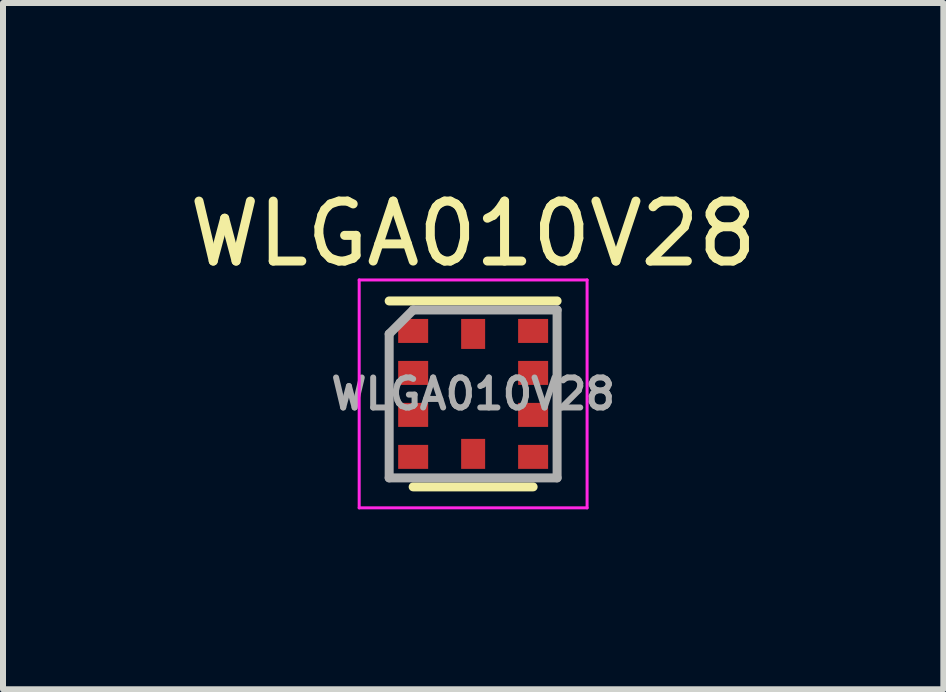
<source format=kicad_pcb>
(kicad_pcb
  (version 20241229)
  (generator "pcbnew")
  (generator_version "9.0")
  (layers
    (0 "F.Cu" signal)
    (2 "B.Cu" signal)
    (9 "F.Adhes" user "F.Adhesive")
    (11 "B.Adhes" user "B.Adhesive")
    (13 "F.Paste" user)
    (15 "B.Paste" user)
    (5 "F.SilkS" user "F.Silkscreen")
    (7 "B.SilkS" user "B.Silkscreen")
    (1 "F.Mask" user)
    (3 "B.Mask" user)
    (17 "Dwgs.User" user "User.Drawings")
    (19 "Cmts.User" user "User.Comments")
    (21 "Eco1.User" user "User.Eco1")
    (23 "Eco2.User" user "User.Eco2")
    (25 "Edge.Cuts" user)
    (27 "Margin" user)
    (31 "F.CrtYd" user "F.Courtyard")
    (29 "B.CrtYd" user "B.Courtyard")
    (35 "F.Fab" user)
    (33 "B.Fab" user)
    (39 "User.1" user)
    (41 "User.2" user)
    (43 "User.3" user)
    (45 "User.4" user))
  (footprint "WLGA010V28"
    (layer "F.Cu")
    (at 4.839 3.518)
    (property "Reference" "WLGA010V28" (at 0 -2.67 0) (layer "F.SilkS") (effects (font (size 1 1) (thickness 0.15))))
    (attr smd)
    (fp_line (start 1 1.55) (end -1 1.55) (stroke (width 0.15) (type solid)) (layer "F.SilkS"))
    (fp_line (start 1.4 -1.55) (end -1.4 -1.55) (stroke (width 0.15) (type solid)) (layer "F.SilkS"))
    (fp_line (start -1.9 -1.9) (end 1.9 -1.9) (stroke (width 0.05) (type solid)) (layer "F.CrtYd"))
    (fp_line (start -1.9 1.9) (end -1.9 -1.9) (stroke (width 0.05) (type solid)) (layer "F.CrtYd"))
    (fp_line (start -1.9 1.9) (end 1.9 1.9) (stroke (width 0.05) (type solid)) (layer "F.CrtYd"))
    (fp_line (start 1.9 1.9) (end 1.9 -1.9) (stroke (width 0.05) (type solid)) (layer "F.CrtYd"))
    (fp_line (start -1.4 -1) (end -1 -1.4) (stroke (width 0.15) (type solid)) (layer "F.Fab"))
    (fp_line (start -1.4 1.4) (end -1.4 -1) (stroke (width 0.15) (type solid)) (layer "F.Fab"))
    (fp_line (start 1.4 -1.4) (end -1 -1.4) (stroke (width 0.15) (type solid)) (layer "F.Fab"))
    (fp_line (start 1.4 -1.4) (end 1.4 1.4) (stroke (width 0.15) (type solid)) (layer "F.Fab"))
    (fp_line (start 1.4 1.4) (end -1.4 1.4) (stroke (width 0.15) (type solid)) (layer "F.Fab"))
    (fp_text user "${REFERENCE}" (at 0 0 0) (layer "F.Fab") (effects (font (size 0.5 0.5) (thickness 0.1))))
    (pad "1" smd rect (at -1 -1.05) (size 0.5 0.4) (layers "F.Cu" "F.Mask" "F.Paste"))
    (pad "2" smd rect (at -1 -0.35) (size 0.5 0.4) (layers "F.Cu" "F.Mask" "F.Paste"))
    (pad "3" smd rect (at -1 0.35) (size 0.5 0.4) (layers "F.Cu" "F.Mask" "F.Paste"))
    (pad "4" smd rect (at -1 1.05) (size 0.5 0.4) (layers "F.Cu" "F.Mask" "F.Paste"))
    (pad "5" smd rect (at 0 1) (size 0.4 0.5) (layers "F.Cu" "F.Mask" "F.Paste"))
    (pad "6" smd rect (at 1 1.05) (size 0.5 0.4) (layers "F.Cu" "F.Mask" "F.Paste"))
    (pad "7" smd rect (at 1 0.35) (size 0.5 0.4) (layers "F.Cu" "F.Mask" "F.Paste"))
    (pad "8" smd rect (at 1 -0.35) (size 0.5 0.4) (layers "F.Cu" "F.Mask" "F.Paste"))
    (pad "9" smd rect (at 1 -1.05) (size 0.5 0.4) (layers "F.Cu" "F.Mask" "F.Paste"))
    (pad "10" smd rect (at 0 -1) (size 0.4 0.5) (layers "F.Cu" "F.Mask" "F.Paste")))
  (gr_rect
    (start -3 -3)
    (end 12.679 8.443)
    (stroke (width 0.1) (type default))
    (fill no)
    (layer "Edge.Cuts")))
</source>
